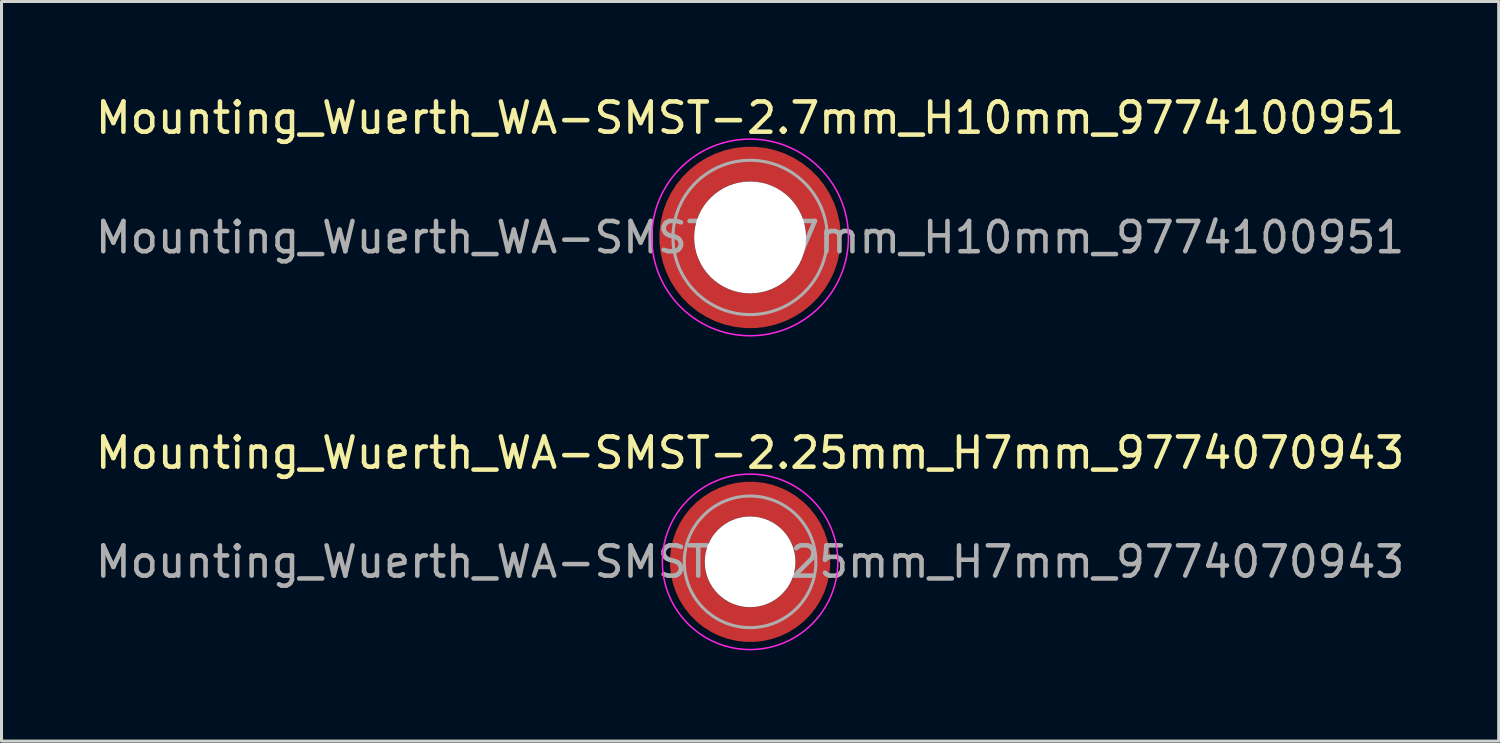
<source format=kicad_pcb>
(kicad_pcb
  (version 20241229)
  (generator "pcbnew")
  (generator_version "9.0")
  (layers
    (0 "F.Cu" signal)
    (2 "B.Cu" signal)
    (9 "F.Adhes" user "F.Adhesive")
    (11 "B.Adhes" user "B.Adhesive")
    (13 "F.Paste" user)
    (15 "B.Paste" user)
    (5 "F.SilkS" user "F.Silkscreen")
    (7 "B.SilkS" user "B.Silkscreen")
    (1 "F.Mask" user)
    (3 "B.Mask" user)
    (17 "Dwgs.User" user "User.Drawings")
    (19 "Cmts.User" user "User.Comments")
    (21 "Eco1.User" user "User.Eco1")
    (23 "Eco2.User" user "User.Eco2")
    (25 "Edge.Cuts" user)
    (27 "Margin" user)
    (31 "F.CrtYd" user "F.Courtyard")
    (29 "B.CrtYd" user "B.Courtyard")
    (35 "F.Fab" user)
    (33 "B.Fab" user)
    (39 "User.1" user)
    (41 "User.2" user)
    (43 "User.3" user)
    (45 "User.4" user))
  (footprint "Mounting_Wuerth_WA-SMST-2.25mm_H7mm_9774070943"
    (layer "F.Cu")
    (at 21.744 15.521)
    (property "Reference" "Mounting_Wuerth_WA-SMST-2.25mm_H7mm_9774070943" (at 0 -3.6 0) (layer "F.SilkS") (effects (font (size 1 1) (thickness 0.15))))
    (property "Mouser Part no." "" (at 0 0 0) (layer "F.Fab") (effects (font (size 1.27 1.27) (thickness 0.15))))
    (property "Mouser link" "" (at 0 0 0) (layer "F.Fab") (effects (font (size 1.27 1.27) (thickness 0.15))))
    (attr smd)
    (fp_circle (center 0 0) (end 2.9 0) (stroke (width 0.05) (type solid)) (fill no) (layer "F.CrtYd"))
    (fp_circle (center 0 0) (end 2.175 0) (stroke (width 0.1) (type solid)) (fill no) (layer "F.Fab"))
    (fp_text user "${REFERENCE}" (at 0 0 0) (layer "F.Fab") (effects (font (size 1 1) (thickness 0.15))))
    (pad "" smd custom (at -1.453 -1.453) (size 0.61 0.61) (layers "F.Paste") (options (anchor circle)) (primitives (gr_arc (start -0.147677 1.053104) (mid 0.285964 0.286792) (end 1.051968 -0.147393) (width 0.2)) (gr_arc (start -0.240295 1.053104) (mid 0.22253 0.222946) (end 1.052531 -0.24016) (width 0.2)) (gr_arc (start -0.332645 1.053104) (mid 0.158548 0.15965) (end 1.051583 -0.332304) (width 0.2)) (gr_arc (start -0.424767 1.053104) (mid 0.09486 0.096059) (end 1.051446 -0.424413) (width 0.2)) (gr_arc (start -0.516693 1.053104) (mid 0.031293 0.032346) (end 1.051645 -0.516396) (width 0.2)) (gr_arc (start -0.608448 1.053104) (mid -0.032323 -0.031316) (end 1.051707 -0.608176) (width 0.2)) (gr_arc (start -0.700056 1.053104) (mid -0.09616 -0.094758) (end 1.051155 -0.699693) (width 0.2)) (gr_arc (start -0.791534 1.053104) (mid -0.160388 -0.15781) (end 1.049515 -0.790891) (width 0.2)) (gr_arc (start -0.882896 1.053104) (mid -0.223713 -0.221764) (end 1.050388 -0.882429) (width 0.2)) (gr_arc (start -0.974157 1.053104) (mid -0.287654 -0.285101) (end 1.049541 -0.973567) (width 0.2)) (gr_line (start 1.053 -0.148) (end 1.053 -0.974) (width 0.2)) (gr_line (start -0.148 1.053) (end -0.974 1.053) (width 0.2))))
    (pad "" smd custom (at -1.453 1.453) (size 0.61 0.61) (layers "F.Paste") (options (anchor circle)) (primitives (gr_arc (start 1.053104 0.147677) (mid 0.286792 -0.285964) (end -0.147393 -1.051968) (width 0.2)) (gr_arc (start 1.053104 0.240295) (mid 0.222946 -0.22253) (end -0.24016 -1.052531) (width 0.2)) (gr_arc (start 1.053104 0.332645) (mid 0.15965 -0.158548) (end -0.332304 -1.051583) (width 0.2)) (gr_arc (start 1.053104 0.424767) (mid 0.096059 -0.09486) (end -0.424413 -1.051446) (width 0.2)) (gr_arc (start 1.053104 0.516693) (mid 0.032346 -0.031293) (end -0.516396 -1.051645) (width 0.2)) (gr_arc (start 1.053104 0.608448) (mid -0.031316 0.032323) (end -0.608176 -1.051707) (width 0.2)) (gr_arc (start 1.053104 0.700056) (mid -0.094758 0.09616) (end -0.699693 -1.051155) (width 0.2)) (gr_arc (start 1.053104 0.791534) (mid -0.15781 0.160388) (end -0.790891 -1.049515) (width 0.2)) (gr_arc (start 1.053104 0.882896) (mid -0.221764 0.223713) (end -0.882429 -1.050388) (width 0.2)) (gr_arc (start 1.053104 0.974157) (mid -0.285101 0.287654) (end -0.973567 -1.049541) (width 0.2)) (gr_line (start -0.148 -1.053) (end -0.974 -1.053) (width 0.2)) (gr_line (start 1.053 0.148) (end 1.053 0.974) (width 0.2))))
    (pad "" np_thru_hole circle (at 0 0) (size 3 3) (drill 3) (layers "*.Cu" "*.Mask"))
    (pad "" smd custom (at 1.453 -1.453) (size 0.61 0.61) (layers "F.Paste") (options (anchor circle)) (primitives (gr_arc (start -1.053104 -0.147677) (mid -0.286792 0.285964) (end 0.147393 1.051968) (width 0.2)) (gr_arc (start -1.053104 -0.240295) (mid -0.222946 0.22253) (end 0.24016 1.052531) (width 0.2)) (gr_arc (start -1.053104 -0.332645) (mid -0.15965 0.158548) (end 0.332304 1.051583) (width 0.2)) (gr_arc (start -1.053104 -0.424767) (mid -0.096059 0.09486) (end 0.424413 1.051446) (width 0.2)) (gr_arc (start -1.053104 -0.516693) (mid -0.032346 0.031293) (end 0.516396 1.051645) (width 0.2)) (gr_arc (start -1.053104 -0.608448) (mid 0.031316 -0.032323) (end 0.608176 1.051707) (width 0.2)) (gr_arc (start -1.053104 -0.700056) (mid 0.094758 -0.09616) (end 0.699693 1.051155) (width 0.2)) (gr_arc (start -1.053104 -0.791534) (mid 0.15781 -0.160388) (end 0.790891 1.049515) (width 0.2)) (gr_arc (start -1.053104 -0.882896) (mid 0.221764 -0.223713) (end 0.882429 1.050388) (width 0.2)) (gr_arc (start -1.053104 -0.974157) (mid 0.285101 -0.287654) (end 0.973567 1.049541) (width 0.2)) (gr_line (start 0.148 1.053) (end 0.974 1.053) (width 0.2)) (gr_line (start -1.053 -0.148) (end -1.053 -0.974) (width 0.2))))
    (pad "" smd custom (at 1.453 1.453) (size 0.61 0.61) (layers "F.Paste") (options (anchor circle)) (primitives (gr_arc (start 0.147677 -1.053104) (mid -0.285964 -0.286792) (end -1.051968 0.147393) (width 0.2)) (gr_arc (start 0.240295 -1.053104) (mid -0.22253 -0.222946) (end -1.052531 0.24016) (width 0.2)) (gr_arc (start 0.332645 -1.053104) (mid -0.158548 -0.15965) (end -1.051583 0.332304) (width 0.2)) (gr_arc (start 0.424767 -1.053104) (mid -0.09486 -0.096059) (end -1.051446 0.424413) (width 0.2)) (gr_arc (start 0.516693 -1.053104) (mid -0.031293 -0.032346) (end -1.051645 0.516396) (width 0.2)) (gr_arc (start 0.608448 -1.053104) (mid 0.032323 0.031316) (end -1.051707 0.608176) (width 0.2)) (gr_arc (start 0.700056 -1.053104) (mid 0.09616 0.094758) (end -1.051155 0.699693) (width 0.2)) (gr_arc (start 0.791534 -1.053104) (mid 0.160388 0.15781) (end -1.049515 0.790891) (width 0.2)) (gr_arc (start 0.882896 -1.053104) (mid 0.223713 0.221764) (end -1.050388 0.882429) (width 0.2)) (gr_arc (start 0.974157 -1.053104) (mid 0.287654 0.285101) (end -1.049541 0.973567) (width 0.2)) (gr_line (start -1.053 0.148) (end -1.053 0.974) (width 0.2)) (gr_line (start 0.148 -1.053) (end 0.974 -1.053) (width 0.2))))
    (pad "1" smd circle (at -2.075 0) (size 0.75 0.75) (layers "F.Cu"))
    (pad "1" smd circle (at 0 -2.075) (size 0.75 0.75) (layers "F.Cu"))
    (pad "1" smd circle (at 0 2.075) (size 0.75 0.75) (layers "F.Cu"))
    (pad "1" smd custom (at 2.075 0) (size 0.75 0.75) (layers "F.Cu" "F.Mask") (options (anchor circle)) (primitives (gr_circle (center -2.075 0) (end 0 0) (width 1.15) (fill no)))))
  (footprint "Mounting_Wuerth_WA-SMST-2.7mm_H10mm_9774100951"
    (layer "F.Cu")
    (at 21.744 4.798)
    (property "Reference" "Mounting_Wuerth_WA-SMST-2.7mm_H10mm_9774100951" (at 0 -3.95 0) (layer "F.SilkS") (effects (font (size 1 1) (thickness 0.15))))
    (property "Mouser Part no." "" (at 0 0 0) (layer "F.Fab") (effects (font (size 1.27 1.27) (thickness 0.15))))
    (property "Mouser link" "" (at 0 0 0) (layer "F.Fab") (effects (font (size 1.27 1.27) (thickness 0.15))))
    (attr smd)
    (fp_circle (center 0 0) (end 3.25 0) (stroke (width 0.05) (type solid)) (fill no) (layer "F.CrtYd"))
    (fp_circle (center 0 0) (end 2.55 0) (stroke (width 0.1) (type solid)) (fill no) (layer "F.Fab"))
    (fp_text user "${REFERENCE}" (at 0 0 0) (layer "F.Fab") (effects (font (size 1 1) (thickness 0.15))))
    (pad "" smd custom (at -1.704 -1.704) (size 0.62 0.62) (layers "F.Paste") (options (anchor circle)) (primitives (gr_arc (start -0.250195 1.279127) (mid 0.289146 0.290681) (end 1.277006 -0.249732) (width 0.2)) (gr_arc (start -0.34334 1.279127) (mid 0.224883 0.226093) (end 1.277452 -0.342992) (width 0.2)) (gr_arc (start -0.436309 1.279127) (mid 0.160537 0.16159) (end 1.277666 -0.436018) (width 0.2)) (gr_arc (start -0.529126 1.279127) (mid 0.095932 0.097343) (end 1.277167 -0.528752) (width 0.2)) (gr_arc (start -0.621807 1.279127) (mid 0.0309 0.033527) (end 1.275473 -0.621136) (width 0.2)) (gr_arc (start -0.71437 1.279127) (mid -0.03322 -0.031206) (end 1.276322 -0.713875) (width 0.2)) (gr_arc (start -0.806826 1.279127) (mid -0.097997 -0.095278) (end 1.275336 -0.806181) (width 0.2)) (gr_arc (start -0.899187 1.279127) (mid -0.161977 -0.160149) (end 1.276577 -0.898769) (width 0.2)) (gr_arc (start -0.991463 1.279127) (mid -0.226842 -0.224133) (end 1.275343 -0.990864) (width 0.2)) (gr_arc (start -1.083663 1.279127) (mid -0.291026 -0.288801) (end 1.276016 -1.083187) (width 0.2)) (gr_line (start 1.279 -0.25) (end 1.279 -1.084) (width 0.2)) (gr_line (start -0.25 1.279) (end -1.084 1.279) (width 0.2))))
    (pad "" smd custom (at -1.704 1.704) (size 0.62 0.62) (layers "F.Paste") (options (anchor circle)) (primitives (gr_arc (start 1.279127 0.250195) (mid 0.290681 -0.289146) (end -0.249732 -1.277006) (width 0.2)) (gr_arc (start 1.279127 0.34334) (mid 0.226093 -0.224883) (end -0.342992 -1.277452) (width 0.2)) (gr_arc (start 1.279127 0.436309) (mid 0.16159 -0.160537) (end -0.436018 -1.277666) (width 0.2)) (gr_arc (start 1.279127 0.529126) (mid 0.097343 -0.095932) (end -0.528752 -1.277167) (width 0.2)) (gr_arc (start 1.279127 0.621807) (mid 0.033527 -0.0309) (end -0.621136 -1.275473) (width 0.2)) (gr_arc (start 1.279127 0.71437) (mid -0.031206 0.03322) (end -0.713875 -1.276322) (width 0.2)) (gr_arc (start 1.279127 0.806826) (mid -0.095278 0.097997) (end -0.806181 -1.275336) (width 0.2)) (gr_arc (start 1.279127 0.899187) (mid -0.160149 0.161977) (end -0.898769 -1.276577) (width 0.2)) (gr_arc (start 1.279127 0.991463) (mid -0.224133 0.226842) (end -0.990864 -1.275343) (width 0.2)) (gr_arc (start 1.279127 1.083663) (mid -0.288801 0.291026) (end -1.083187 -1.276016) (width 0.2)) (gr_line (start -0.25 -1.279) (end -1.084 -1.279) (width 0.2)) (gr_line (start 1.279 0.25) (end 1.279 1.084) (width 0.2))))
    (pad "" np_thru_hole circle (at 0 0) (size 3.7 3.7) (drill 3.7) (layers "*.Cu" "*.Mask"))
    (pad "" smd custom (at 1.704 -1.704) (size 0.62 0.62) (layers "F.Paste") (options (anchor circle)) (primitives (gr_arc (start -1.279127 -0.250195) (mid -0.290681 0.289146) (end 0.249732 1.277006) (width 0.2)) (gr_arc (start -1.279127 -0.34334) (mid -0.226093 0.224883) (end 0.342992 1.277452) (width 0.2)) (gr_arc (start -1.279127 -0.436309) (mid -0.16159 0.160537) (end 0.436018 1.277666) (width 0.2)) (gr_arc (start -1.279127 -0.529126) (mid -0.097343 0.095932) (end 0.528752 1.277167) (width 0.2)) (gr_arc (start -1.279127 -0.621807) (mid -0.033527 0.0309) (end 0.621136 1.275473) (width 0.2)) (gr_arc (start -1.279127 -0.71437) (mid 0.031206 -0.03322) (end 0.713875 1.276322) (width 0.2)) (gr_arc (start -1.279127 -0.806826) (mid 0.095278 -0.097997) (end 0.806181 1.275336) (width 0.2)) (gr_arc (start -1.279127 -0.899187) (mid 0.160149 -0.161977) (end 0.898769 1.276577) (width 0.2)) (gr_arc (start -1.279127 -0.991463) (mid 0.224133 -0.226842) (end 0.990864 1.275343) (width 0.2)) (gr_arc (start -1.279127 -1.083663) (mid 0.288801 -0.291026) (end 1.083187 1.276016) (width 0.2)) (gr_line (start 0.25 1.279) (end 1.084 1.279) (width 0.2)) (gr_line (start -1.279 -0.25) (end -1.279 -1.084) (width 0.2))))
    (pad "" smd custom (at 1.704 1.704) (size 0.62 0.62) (layers "F.Paste") (options (anchor circle)) (primitives (gr_arc (start 0.250195 -1.279127) (mid -0.289146 -0.290681) (end -1.277006 0.249732) (width 0.2)) (gr_arc (start 0.34334 -1.279127) (mid -0.224883 -0.226093) (end -1.277452 0.342992) (width 0.2)) (gr_arc (start 0.436309 -1.279127) (mid -0.160537 -0.16159) (end -1.277666 0.436018) (width 0.2)) (gr_arc (start 0.529126 -1.279127) (mid -0.095932 -0.097343) (end -1.277167 0.528752) (width 0.2)) (gr_arc (start 0.621807 -1.279127) (mid -0.0309 -0.033527) (end -1.275473 0.621136) (width 0.2)) (gr_arc (start 0.71437 -1.279127) (mid 0.03322 0.031206) (end -1.276322 0.713875) (width 0.2)) (gr_arc (start 0.806826 -1.279127) (mid 0.097997 0.095278) (end -1.275336 0.806181) (width 0.2)) (gr_arc (start 0.899187 -1.279127) (mid 0.161977 0.160149) (end -1.276577 0.898769) (width 0.2)) (gr_arc (start 0.991463 -1.279127) (mid 0.226842 0.224133) (end -1.275343 0.990864) (width 0.2)) (gr_arc (start 1.083663 -1.279127) (mid 0.291026 0.288801) (end -1.276016 1.083187) (width 0.2)) (gr_line (start -1.279 0.25) (end -1.279 1.084) (width 0.2)) (gr_line (start 0.25 -1.279) (end 1.084 -1.279) (width 0.2))))
    (pad "1" smd circle (at -2.425 0) (size 0.75 0.75) (layers "F.Cu"))
    (pad "1" smd circle (at 0 -2.425) (size 0.75 0.75) (layers "F.Cu"))
    (pad "1" smd circle (at 0 2.425) (size 0.75 0.75) (layers "F.Cu"))
    (pad "1" smd custom (at 2.425 0) (size 0.75 0.75) (layers "F.Cu" "F.Mask") (options (anchor circle)) (primitives (gr_circle (center -2.425 0) (end 0 0) (width 1.15) (fill no)))))
  (gr_rect
    (start -3 -3)
    (end 46.488 21.447)
    (stroke (width 0.1) (type default))
    (fill no)
    (layer "Edge.Cuts")))
</source>
